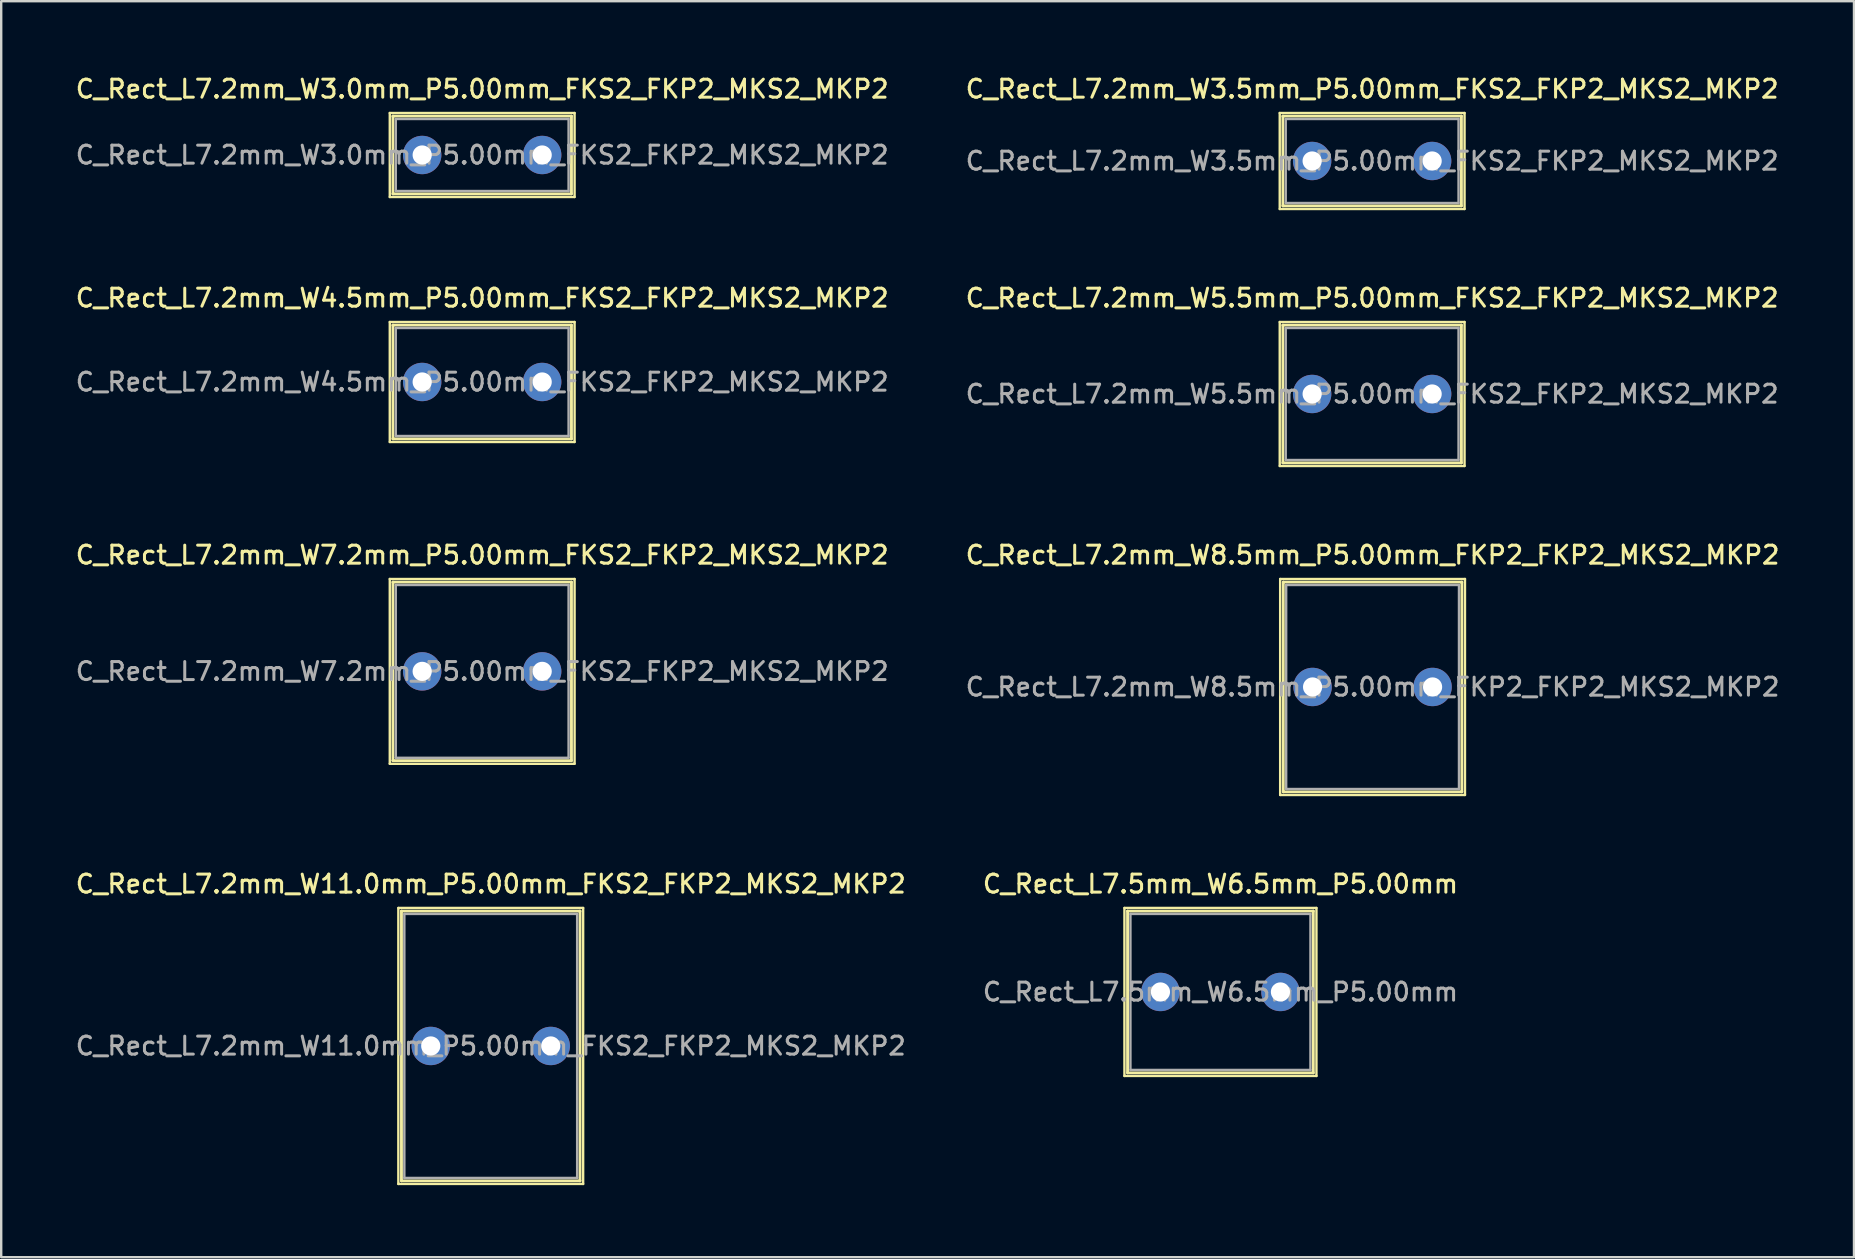
<source format=kicad_pcb>
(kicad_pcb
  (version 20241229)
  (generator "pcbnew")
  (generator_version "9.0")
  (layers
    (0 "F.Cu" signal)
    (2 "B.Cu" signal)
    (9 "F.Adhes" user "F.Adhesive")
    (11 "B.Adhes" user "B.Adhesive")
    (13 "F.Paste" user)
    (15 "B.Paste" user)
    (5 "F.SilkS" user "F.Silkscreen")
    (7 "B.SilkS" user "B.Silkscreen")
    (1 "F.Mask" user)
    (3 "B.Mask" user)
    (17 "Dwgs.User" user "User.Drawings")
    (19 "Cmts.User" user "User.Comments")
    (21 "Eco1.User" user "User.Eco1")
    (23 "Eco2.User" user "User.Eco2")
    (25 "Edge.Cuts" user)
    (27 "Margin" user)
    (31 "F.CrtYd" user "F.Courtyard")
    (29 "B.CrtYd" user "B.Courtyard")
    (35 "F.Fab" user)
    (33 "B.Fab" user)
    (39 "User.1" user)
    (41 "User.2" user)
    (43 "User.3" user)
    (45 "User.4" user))
  (footprint "C_Rect_L7.2mm_W3.5mm_P5.00mm_FKS2_FKP2_MKS2_MKP2"
    (layer "F.Cu")
    (at 51.623 3.658)
    (property "Reference" "C_Rect_L7.2mm_W3.5mm_P5.00mm_FKS2_FKP2_MKS2_MKP2" (at 2.5 -3 0) (layer "F.SilkS") (effects (font (size 0.75 0.75) (thickness 0.125))))
    (attr through_hole)
    (fp_line (start -1.35 -2) (end -1.35 2) (stroke (width 0.1) (type solid)) (layer "F.SilkS"))
    (fp_line (start -1.35 2) (end 6.35 2) (stroke (width 0.1) (type solid)) (layer "F.SilkS"))
    (fp_line (start -1.22 -1.87) (end -1.22 1.87) (stroke (width 0.12) (type solid)) (layer "F.SilkS"))
    (fp_line (start -1.22 -1.87) (end 6.22 -1.87) (stroke (width 0.12) (type solid)) (layer "F.SilkS"))
    (fp_line (start -1.22 1.87) (end 6.22 1.87) (stroke (width 0.12) (type solid)) (layer "F.SilkS"))
    (fp_line (start 6.22 -1.87) (end 6.22 1.87) (stroke (width 0.12) (type solid)) (layer "F.SilkS"))
    (fp_line (start 6.35 -2) (end -1.35 -2) (stroke (width 0.1) (type solid)) (layer "F.SilkS"))
    (fp_line (start 6.35 2) (end 6.35 -2) (stroke (width 0.1) (type solid)) (layer "F.SilkS"))
    (fp_line (start -1.1 -1.75) (end -1.1 1.75) (stroke (width 0.1) (type solid)) (layer "F.Fab"))
    (fp_line (start -1.1 1.75) (end 6.1 1.75) (stroke (width 0.1) (type solid)) (layer "F.Fab"))
    (fp_line (start 6.1 -1.75) (end -1.1 -1.75) (stroke (width 0.1) (type solid)) (layer "F.Fab"))
    (fp_line (start 6.1 1.75) (end 6.1 -1.75) (stroke (width 0.1) (type solid)) (layer "F.Fab"))
    (fp_text user "${REFERENCE}" (at 2.5 0 0) (layer "F.Fab") (effects (font (size 0.75 0.75) (thickness 0.125))))
    (pad "1" thru_hole circle (at 0 0) (size 1.6 1.6) (drill 0.8) (layers "*.Cu" "*.Mask"))
    (pad "2" thru_hole circle (at 5 0) (size 1.6 1.6) (drill 0.8) (layers "*.Cu" "*.Mask")))
  (footprint "C_Rect_L7.2mm_W11.0mm_P5.00mm_FKS2_FKP2_MKS2_MKP2"
    (layer "F.Cu")
    (at 14.898 40.532)
    (property "Reference" "C_Rect_L7.2mm_W11.0mm_P5.00mm_FKS2_FKP2_MKS2_MKP2" (at 2.5 -6.75 0) (layer "F.SilkS") (effects (font (size 0.75 0.75) (thickness 0.125))))
    (attr through_hole)
    (fp_line (start -1.35 -5.75) (end -1.35 5.75) (stroke (width 0.1) (type solid)) (layer "F.SilkS"))
    (fp_line (start -1.35 5.75) (end 6.35 5.75) (stroke (width 0.1) (type solid)) (layer "F.SilkS"))
    (fp_line (start -1.22 -5.62) (end -1.22 5.62) (stroke (width 0.12) (type solid)) (layer "F.SilkS"))
    (fp_line (start -1.22 -5.62) (end 6.22 -5.62) (stroke (width 0.12) (type solid)) (layer "F.SilkS"))
    (fp_line (start -1.22 5.62) (end 6.22 5.62) (stroke (width 0.12) (type solid)) (layer "F.SilkS"))
    (fp_line (start 6.22 -5.62) (end 6.22 5.62) (stroke (width 0.12) (type solid)) (layer "F.SilkS"))
    (fp_line (start 6.35 -5.75) (end -1.35 -5.75) (stroke (width 0.1) (type solid)) (layer "F.SilkS"))
    (fp_line (start 6.35 5.75) (end 6.35 -5.75) (stroke (width 0.1) (type solid)) (layer "F.SilkS"))
    (fp_line (start -1.1 -5.5) (end -1.1 5.5) (stroke (width 0.1) (type solid)) (layer "F.Fab"))
    (fp_line (start -1.1 5.5) (end 6.1 5.5) (stroke (width 0.1) (type solid)) (layer "F.Fab"))
    (fp_line (start 6.1 -5.5) (end -1.1 -5.5) (stroke (width 0.1) (type solid)) (layer "F.Fab"))
    (fp_line (start 6.1 5.5) (end 6.1 -5.5) (stroke (width 0.1) (type solid)) (layer "F.Fab"))
    (fp_text user "${REFERENCE}" (at 2.5 0 0) (layer "F.Fab") (effects (font (size 0.75 0.75) (thickness 0.125))))
    (pad "1" thru_hole circle (at 0 0) (size 1.6 1.6) (drill 0.8) (layers "*.Cu" "*.Mask"))
    (pad "2" thru_hole circle (at 5 0) (size 1.6 1.6) (drill 0.8) (layers "*.Cu" "*.Mask")))
  (footprint "C_Rect_L7.2mm_W8.5mm_P5.00mm_FKP2_FKP2_MKS2_MKP2"
    (layer "F.Cu")
    (at 51.641 25.574)
    (property "Reference" "C_Rect_L7.2mm_W8.5mm_P5.00mm_FKP2_FKP2_MKS2_MKP2" (at 2.5 -5.5 0) (layer "F.SilkS") (effects (font (size 0.75 0.75) (thickness 0.125))))
    (attr through_hole)
    (fp_line (start -1.35 -4.5) (end -1.35 4.5) (stroke (width 0.1) (type solid)) (layer "F.SilkS"))
    (fp_line (start -1.35 4.5) (end 6.35 4.5) (stroke (width 0.1) (type solid)) (layer "F.SilkS"))
    (fp_line (start -1.22 -4.37) (end -1.22 4.37) (stroke (width 0.12) (type solid)) (layer "F.SilkS"))
    (fp_line (start -1.22 -4.37) (end 6.22 -4.37) (stroke (width 0.12) (type solid)) (layer "F.SilkS"))
    (fp_line (start -1.22 4.37) (end 6.22 4.37) (stroke (width 0.12) (type solid)) (layer "F.SilkS"))
    (fp_line (start 6.22 -4.37) (end 6.22 4.37) (stroke (width 0.12) (type solid)) (layer "F.SilkS"))
    (fp_line (start 6.35 -4.5) (end -1.35 -4.5) (stroke (width 0.1) (type solid)) (layer "F.SilkS"))
    (fp_line (start 6.35 4.5) (end 6.35 -4.5) (stroke (width 0.1) (type solid)) (layer "F.SilkS"))
    (fp_line (start -1.1 -4.25) (end -1.1 4.25) (stroke (width 0.1) (type solid)) (layer "F.Fab"))
    (fp_line (start -1.1 4.25) (end 6.1 4.25) (stroke (width 0.1) (type solid)) (layer "F.Fab"))
    (fp_line (start 6.1 -4.25) (end -1.1 -4.25) (stroke (width 0.1) (type solid)) (layer "F.Fab"))
    (fp_line (start 6.1 4.25) (end 6.1 -4.25) (stroke (width 0.1) (type solid)) (layer "F.Fab"))
    (fp_text user "${REFERENCE}" (at 2.5 0 0) (layer "F.Fab") (effects (font (size 0.75 0.75) (thickness 0.125))))
    (pad "1" thru_hole circle (at 0 0) (size 1.6 1.6) (drill 0.8) (layers "*.Cu" "*.Mask"))
    (pad "2" thru_hole circle (at 5 0) (size 1.6 1.6) (drill 0.8) (layers "*.Cu" "*.Mask")))
  (footprint "C_Rect_L7.2mm_W5.5mm_P5.00mm_FKS2_FKP2_MKS2_MKP2"
    (layer "F.Cu")
    (at 51.623 13.366)
    (property "Reference" "C_Rect_L7.2mm_W5.5mm_P5.00mm_FKS2_FKP2_MKS2_MKP2" (at 2.5 -4 0) (layer "F.SilkS") (effects (font (size 0.75 0.75) (thickness 0.125))))
    (attr through_hole)
    (fp_line (start -1.35 -3) (end -1.35 3) (stroke (width 0.1) (type solid)) (layer "F.SilkS"))
    (fp_line (start -1.35 3) (end 6.35 3) (stroke (width 0.1) (type solid)) (layer "F.SilkS"))
    (fp_line (start -1.22 -2.87) (end -1.22 2.87) (stroke (width 0.12) (type solid)) (layer "F.SilkS"))
    (fp_line (start -1.22 -2.87) (end 6.22 -2.87) (stroke (width 0.12) (type solid)) (layer "F.SilkS"))
    (fp_line (start -1.22 2.87) (end 6.22 2.87) (stroke (width 0.12) (type solid)) (layer "F.SilkS"))
    (fp_line (start 6.22 -2.87) (end 6.22 2.87) (stroke (width 0.12) (type solid)) (layer "F.SilkS"))
    (fp_line (start 6.35 -3) (end -1.35 -3) (stroke (width 0.1) (type solid)) (layer "F.SilkS"))
    (fp_line (start 6.35 3) (end 6.35 -3) (stroke (width 0.1) (type solid)) (layer "F.SilkS"))
    (fp_line (start -1.1 -2.75) (end -1.1 2.75) (stroke (width 0.1) (type solid)) (layer "F.Fab"))
    (fp_line (start -1.1 2.75) (end 6.1 2.75) (stroke (width 0.1) (type solid)) (layer "F.Fab"))
    (fp_line (start 6.1 -2.75) (end -1.1 -2.75) (stroke (width 0.1) (type solid)) (layer "F.Fab"))
    (fp_line (start 6.1 2.75) (end 6.1 -2.75) (stroke (width 0.1) (type solid)) (layer "F.Fab"))
    (fp_text user "${REFERENCE}" (at 2.5 0 0) (layer "F.Fab") (effects (font (size 0.75 0.75) (thickness 0.125))))
    (pad "1" thru_hole circle (at 0 0) (size 1.6 1.6) (drill 0.8) (layers "*.Cu" "*.Mask"))
    (pad "2" thru_hole circle (at 5 0) (size 1.6 1.6) (drill 0.8) (layers "*.Cu" "*.Mask")))
  (footprint "C_Rect_L7.2mm_W7.2mm_P5.00mm_FKS2_FKP2_MKS2_MKP2"
    (layer "F.Cu")
    (at 14.541 24.924)
    (property "Reference" "C_Rect_L7.2mm_W7.2mm_P5.00mm_FKS2_FKP2_MKS2_MKP2" (at 2.5 -4.85 0) (layer "F.SilkS") (effects (font (size 0.75 0.75) (thickness 0.125))))
    (attr through_hole)
    (fp_line (start -1.35 -3.85) (end -1.35 3.85) (stroke (width 0.1) (type solid)) (layer "F.SilkS"))
    (fp_line (start -1.35 3.85) (end 6.35 3.85) (stroke (width 0.1) (type solid)) (layer "F.SilkS"))
    (fp_line (start -1.22 -3.72) (end -1.22 3.72) (stroke (width 0.12) (type solid)) (layer "F.SilkS"))
    (fp_line (start -1.22 -3.72) (end 6.22 -3.72) (stroke (width 0.12) (type solid)) (layer "F.SilkS"))
    (fp_line (start -1.22 3.72) (end 6.22 3.72) (stroke (width 0.12) (type solid)) (layer "F.SilkS"))
    (fp_line (start 6.22 -3.72) (end 6.22 3.72) (stroke (width 0.12) (type solid)) (layer "F.SilkS"))
    (fp_line (start 6.35 -3.85) (end -1.35 -3.85) (stroke (width 0.1) (type solid)) (layer "F.SilkS"))
    (fp_line (start 6.35 3.85) (end 6.35 -3.85) (stroke (width 0.1) (type solid)) (layer "F.SilkS"))
    (fp_line (start -1.1 -3.6) (end -1.1 3.6) (stroke (width 0.1) (type solid)) (layer "F.Fab"))
    (fp_line (start -1.1 3.6) (end 6.1 3.6) (stroke (width 0.1) (type solid)) (layer "F.Fab"))
    (fp_line (start 6.1 -3.6) (end -1.1 -3.6) (stroke (width 0.1) (type solid)) (layer "F.Fab"))
    (fp_line (start 6.1 3.6) (end 6.1 -3.6) (stroke (width 0.1) (type solid)) (layer "F.Fab"))
    (fp_text user "${REFERENCE}" (at 2.5 0 0) (layer "F.Fab") (effects (font (size 0.75 0.75) (thickness 0.125))))
    (pad "1" thru_hole circle (at 0 0) (size 1.6 1.6) (drill 0.8) (layers "*.Cu" "*.Mask"))
    (pad "2" thru_hole circle (at 5 0) (size 1.6 1.6) (drill 0.8) (layers "*.Cu" "*.Mask")))
  (footprint "C_Rect_L7.5mm_W6.5mm_P5.00mm"
    (layer "F.Cu")
    (at 45.302 38.282)
    (property "Reference" "C_Rect_L7.5mm_W6.5mm_P5.00mm" (at 2.5 -4.5 0) (layer "F.SilkS") (effects (font (size 0.75 0.75) (thickness 0.125))))
    (attr through_hole)
    (fp_line (start -1.5 -3.5) (end -1.5 3.5) (stroke (width 0.1) (type solid)) (layer "F.SilkS"))
    (fp_line (start -1.5 3.5) (end 6.5 3.5) (stroke (width 0.1) (type solid)) (layer "F.SilkS"))
    (fp_line (start -1.37 -3.37) (end -1.37 3.37) (stroke (width 0.12) (type solid)) (layer "F.SilkS"))
    (fp_line (start -1.37 -3.37) (end 6.37 -3.37) (stroke (width 0.12) (type solid)) (layer "F.SilkS"))
    (fp_line (start -1.37 3.37) (end 6.37 3.37) (stroke (width 0.12) (type solid)) (layer "F.SilkS"))
    (fp_line (start 6.37 -3.37) (end 6.37 3.37) (stroke (width 0.12) (type solid)) (layer "F.SilkS"))
    (fp_line (start 6.5 -3.5) (end -1.5 -3.5) (stroke (width 0.1) (type solid)) (layer "F.SilkS"))
    (fp_line (start 6.5 3.5) (end 6.5 -3.5) (stroke (width 0.1) (type solid)) (layer "F.SilkS"))
    (fp_line (start -1.25 -3.25) (end -1.25 3.25) (stroke (width 0.1) (type solid)) (layer "F.Fab"))
    (fp_line (start -1.25 3.25) (end 6.25 3.25) (stroke (width 0.1) (type solid)) (layer "F.Fab"))
    (fp_line (start 6.25 -3.25) (end -1.25 -3.25) (stroke (width 0.1) (type solid)) (layer "F.Fab"))
    (fp_line (start 6.25 3.25) (end 6.25 -3.25) (stroke (width 0.1) (type solid)) (layer "F.Fab"))
    (fp_text user "${REFERENCE}" (at 2.5 0 0) (layer "F.Fab") (effects (font (size 0.75 0.75) (thickness 0.125))))
    (pad "1" thru_hole circle (at 0 0) (size 1.6 1.6) (drill 0.8) (layers "*.Cu" "*.Mask"))
    (pad "2" thru_hole circle (at 5 0) (size 1.6 1.6) (drill 0.8) (layers "*.Cu" "*.Mask")))
  (footprint "C_Rect_L7.2mm_W4.5mm_P5.00mm_FKS2_FKP2_MKS2_MKP2"
    (layer "F.Cu")
    (at 14.541 12.866)
    (property "Reference" "C_Rect_L7.2mm_W4.5mm_P5.00mm_FKS2_FKP2_MKS2_MKP2" (at 2.5 -3.5 0) (layer "F.SilkS") (effects (font (size 0.75 0.75) (thickness 0.125))))
    (attr through_hole)
    (fp_line (start -1.35 -2.5) (end -1.35 2.5) (stroke (width 0.1) (type solid)) (layer "F.SilkS"))
    (fp_line (start -1.35 2.5) (end 6.35 2.5) (stroke (width 0.1) (type solid)) (layer "F.SilkS"))
    (fp_line (start -1.22 -2.37) (end -1.22 2.37) (stroke (width 0.12) (type solid)) (layer "F.SilkS"))
    (fp_line (start -1.22 -2.37) (end 6.22 -2.37) (stroke (width 0.12) (type solid)) (layer "F.SilkS"))
    (fp_line (start -1.22 2.37) (end 6.22 2.37) (stroke (width 0.12) (type solid)) (layer "F.SilkS"))
    (fp_line (start 6.22 -2.37) (end 6.22 2.37) (stroke (width 0.12) (type solid)) (layer "F.SilkS"))
    (fp_line (start 6.35 -2.5) (end -1.35 -2.5) (stroke (width 0.1) (type solid)) (layer "F.SilkS"))
    (fp_line (start 6.35 2.5) (end 6.35 -2.5) (stroke (width 0.1) (type solid)) (layer "F.SilkS"))
    (fp_line (start -1.1 -2.25) (end -1.1 2.25) (stroke (width 0.1) (type solid)) (layer "F.Fab"))
    (fp_line (start -1.1 2.25) (end 6.1 2.25) (stroke (width 0.1) (type solid)) (layer "F.Fab"))
    (fp_line (start 6.1 -2.25) (end -1.1 -2.25) (stroke (width 0.1) (type solid)) (layer "F.Fab"))
    (fp_line (start 6.1 2.25) (end 6.1 -2.25) (stroke (width 0.1) (type solid)) (layer "F.Fab"))
    (fp_text user "${REFERENCE}" (at 2.5 0 0) (layer "F.Fab") (effects (font (size 0.75 0.75) (thickness 0.125))))
    (pad "1" thru_hole circle (at 0 0) (size 1.6 1.6) (drill 0.8) (layers "*.Cu" "*.Mask"))
    (pad "2" thru_hole circle (at 5 0) (size 1.6 1.6) (drill 0.8) (layers "*.Cu" "*.Mask")))
  (footprint "C_Rect_L7.2mm_W3.0mm_P5.00mm_FKS2_FKP2_MKS2_MKP2"
    (layer "F.Cu")
    (at 14.541 3.408)
    (property "Reference" "C_Rect_L7.2mm_W3.0mm_P5.00mm_FKS2_FKP2_MKS2_MKP2" (at 2.5 -2.75 0) (layer "F.SilkS") (effects (font (size 0.75 0.75) (thickness 0.125))))
    (attr through_hole)
    (fp_line (start -1.35 -1.75) (end -1.35 1.75) (stroke (width 0.1) (type solid)) (layer "F.SilkS"))
    (fp_line (start -1.35 1.75) (end 6.35 1.75) (stroke (width 0.1) (type solid)) (layer "F.SilkS"))
    (fp_line (start -1.22 -1.62) (end -1.22 1.62) (stroke (width 0.12) (type solid)) (layer "F.SilkS"))
    (fp_line (start -1.22 -1.62) (end 6.22 -1.62) (stroke (width 0.12) (type solid)) (layer "F.SilkS"))
    (fp_line (start -1.22 1.62) (end 6.22 1.62) (stroke (width 0.12) (type solid)) (layer "F.SilkS"))
    (fp_line (start 6.22 -1.62) (end 6.22 1.62) (stroke (width 0.12) (type solid)) (layer "F.SilkS"))
    (fp_line (start 6.35 -1.75) (end -1.35 -1.75) (stroke (width 0.1) (type solid)) (layer "F.SilkS"))
    (fp_line (start 6.35 1.75) (end 6.35 -1.75) (stroke (width 0.1) (type solid)) (layer "F.SilkS"))
    (fp_line (start -1.1 -1.5) (end -1.1 1.5) (stroke (width 0.1) (type solid)) (layer "F.Fab"))
    (fp_line (start -1.1 1.5) (end 6.1 1.5) (stroke (width 0.1) (type solid)) (layer "F.Fab"))
    (fp_line (start 6.1 -1.5) (end -1.1 -1.5) (stroke (width 0.1) (type solid)) (layer "F.Fab"))
    (fp_line (start 6.1 1.5) (end 6.1 -1.5) (stroke (width 0.1) (type solid)) (layer "F.Fab"))
    (fp_text user "${REFERENCE}" (at 2.5 0 0) (layer "F.Fab") (effects (font (size 0.75 0.75) (thickness 0.125))))
    (pad "1" thru_hole circle (at 0 0) (size 1.6 1.6) (drill 0.8) (layers "*.Cu" "*.Mask"))
    (pad "2" thru_hole circle (at 5 0) (size 1.6 1.6) (drill 0.8) (layers "*.Cu" "*.Mask")))
  (gr_rect
    (start -3 -3)
    (end 74.2 49.333)
    (stroke (width 0.1) (type default))
    (fill no)
    (layer "Edge.Cuts")))
</source>
